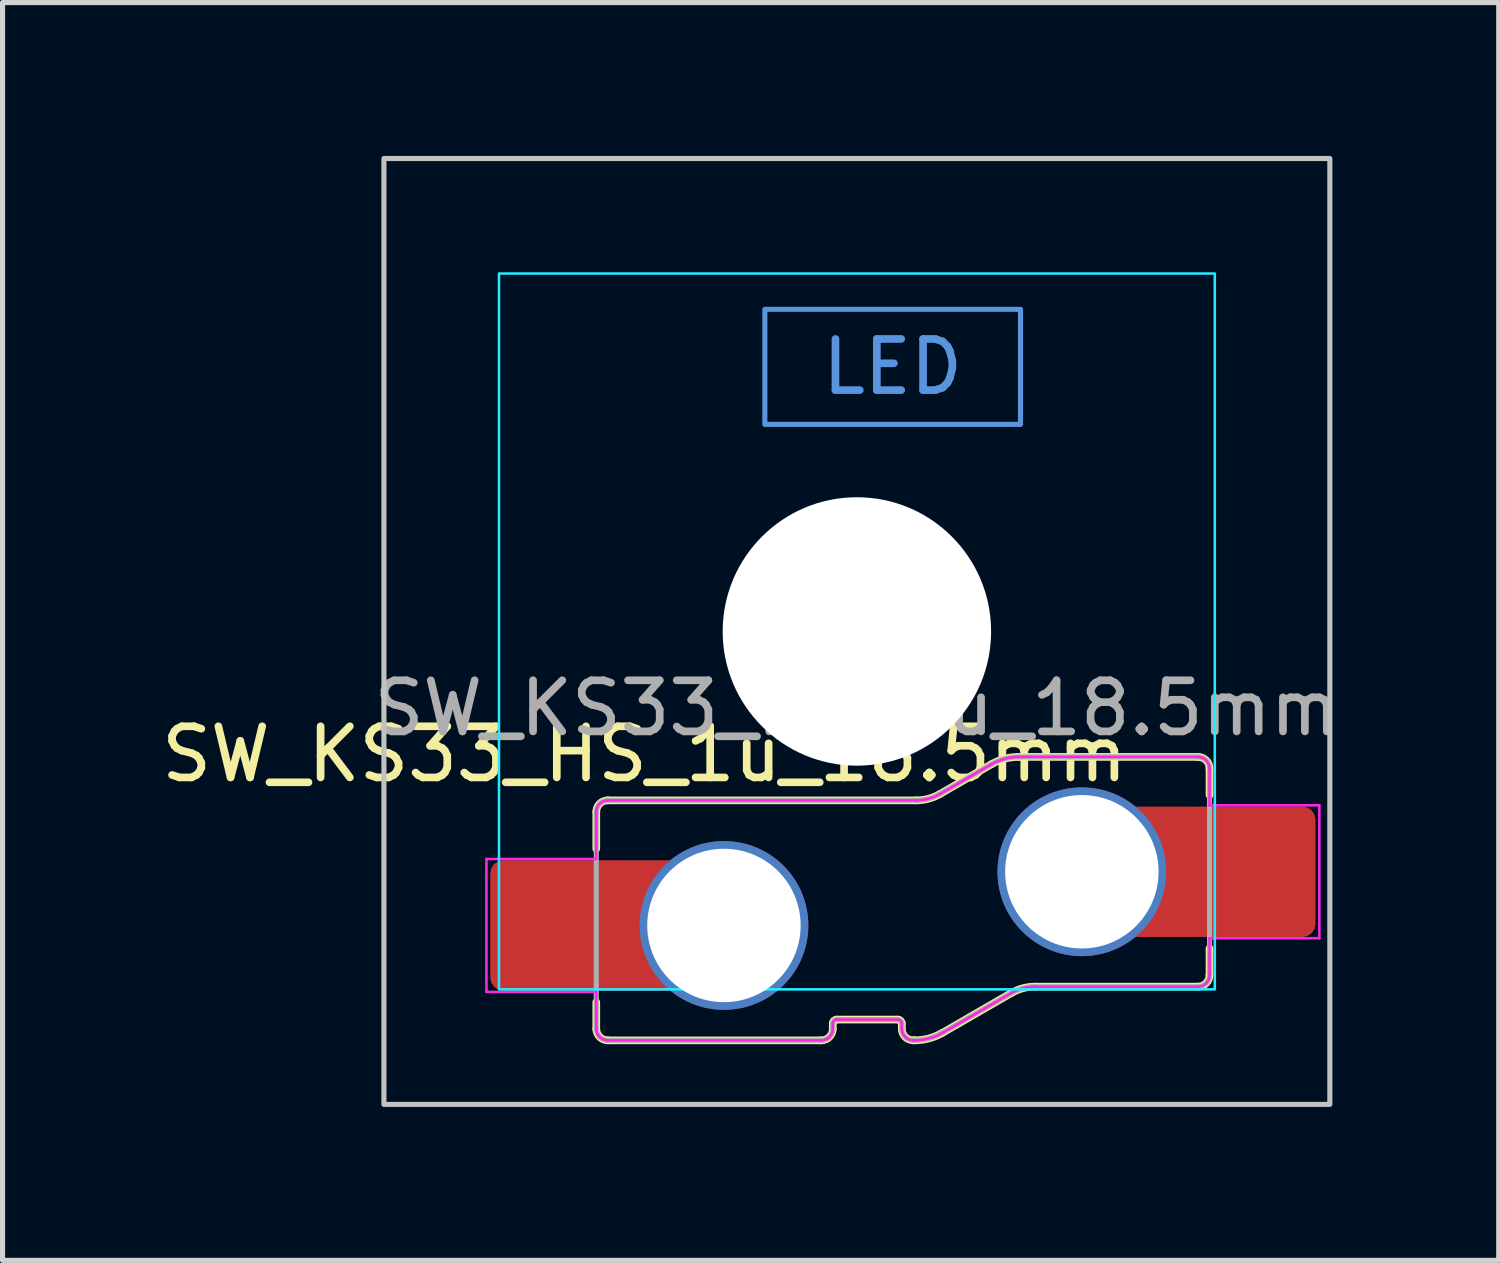
<source format=kicad_pcb>
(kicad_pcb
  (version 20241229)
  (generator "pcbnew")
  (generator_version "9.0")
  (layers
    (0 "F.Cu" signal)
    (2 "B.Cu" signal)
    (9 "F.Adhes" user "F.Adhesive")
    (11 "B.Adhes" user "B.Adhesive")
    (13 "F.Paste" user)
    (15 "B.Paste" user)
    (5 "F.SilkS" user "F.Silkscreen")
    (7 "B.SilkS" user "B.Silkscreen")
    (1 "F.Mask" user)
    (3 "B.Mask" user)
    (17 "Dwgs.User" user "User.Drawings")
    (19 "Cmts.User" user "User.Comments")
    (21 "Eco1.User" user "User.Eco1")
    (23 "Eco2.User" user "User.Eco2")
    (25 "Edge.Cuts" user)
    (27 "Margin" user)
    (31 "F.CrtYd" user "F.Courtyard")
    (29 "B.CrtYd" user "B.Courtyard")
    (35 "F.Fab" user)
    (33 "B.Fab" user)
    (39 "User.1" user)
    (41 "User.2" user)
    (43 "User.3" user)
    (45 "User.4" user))
  (footprint "SW_KS33_HS_1u_18.5mm"
    (layer "F.Cu")
    (at 13.709 9.3)
    (property "Reference" "SW_KS33_HS_1u_18.5mm" (at -4.155 2.4 180) (layer "F.SilkS") (effects (font (size 1 1) (thickness 0.15))))
    (attr smd)
    (fp_line (start -5.097 3.528) (end -5.097 4.25) (stroke (width 0.15) (type solid)) (layer "F.SilkS"))
    (fp_line (start -5.097 7.772) (end -5.097 7.25) (stroke (width 0.15) (type solid)) (layer "F.SilkS"))
    (fp_line (start -4.872 3.303) (end 1.161 3.303) (stroke (width 0.15) (type solid)) (layer "F.SilkS"))
    (fp_line (start -0.697 7.997) (end -4.872 7.997) (stroke (width 0.15) (type solid)) (layer "F.SilkS"))
    (fp_line (start -0.472 7.666) (end -0.472 7.772) (stroke (width 0.15) (type solid)) (layer "F.SilkS"))
    (fp_line (start 0.803 7.591) (end -0.397 7.591) (stroke (width 0.15) (type solid)) (layer "F.SilkS"))
    (fp_line (start 0.878 7.772) (end 0.878 7.666) (stroke (width 0.15) (type solid)) (layer "F.SilkS"))
    (fp_line (start 1.131 7.997) (end 1.103 7.997) (stroke (width 0.15) (type solid)) (layer "F.SilkS"))
    (fp_line (start 1.623 3.18) (end 2.631 2.597) (stroke (width 0.15) (type solid)) (layer "F.SilkS"))
    (fp_line (start 3.023 7.07) (end 1.669 7.853) (stroke (width 0.15) (type solid)) (layer "F.SilkS"))
    (fp_line (start 3.169 2.453) (end 6.672 2.453) (stroke (width 0.15) (type solid)) (layer "F.SilkS"))
    (fp_line (start 6.672 6.947) (end 3.486 6.947) (stroke (width 0.15) (type solid)) (layer "F.SilkS"))
    (fp_line (start 6.897 2.678) (end 6.897 3.2) (stroke (width 0.15) (type solid)) (layer "F.SilkS"))
    (fp_line (start 6.897 6.722) (end 6.897 6.2) (stroke (width 0.15) (type solid)) (layer "F.SilkS"))
    (fp_arc (start -5.096509 3.528462) (mid -5.030608 3.369392) (end -4.871538 3.303491) (stroke (width 0.15) (type solid)) (layer "F.SilkS"))
    (fp_arc (start -4.871547 7.996509) (mid -5.030611 7.930605) (end -5.096509 7.771538) (stroke (width 0.15) (type solid)) (layer "F.SilkS"))
    (fp_arc (start -0.471517 7.666366) (mid -0.44955 7.613333) (end -0.396517 7.591366) (stroke (width 0.15) (type solid)) (layer "F.SilkS"))
    (fp_arc (start -0.471517 7.772359) (mid -0.537421 7.931461) (end -0.696525 7.997359) (stroke (width 0.15) (type solid)) (layer "F.SilkS"))
    (fp_arc (start 0.803483 7.591366) (mid 0.856515 7.613334) (end 0.878483 7.666366) (stroke (width 0.15) (type solid)) (layer "F.SilkS"))
    (fp_arc (start 1.103483 7.996509) (mid 0.944382 7.930609) (end 0.878483 7.771509) (stroke (width 0.15) (type solid)) (layer "F.SilkS"))
    (fp_arc (start 1.623227 3.179574) (mid 1.400151 3.271972) (end 1.160763 3.303491) (stroke (width 0.15) (type solid)) (layer "F.SilkS"))
    (fp_arc (start 1.66858 7.852507) (mid 1.409348 7.959882) (end 1.131159 7.996509) (stroke (width 0.15) (type solid)) (layer "F.SilkS"))
    (fp_arc (start 2.63142 2.597493) (mid 2.890652 2.490118) (end 3.168841 2.453491) (stroke (width 0.15) (type solid)) (layer "F.SilkS"))
    (fp_arc (start 3.023183 7.070426) (mid 3.246257 6.978019) (end 3.485647 6.946509) (stroke (width 0.15) (type solid)) (layer "F.SilkS"))
    (fp_arc (start 6.671525 2.453491) (mid 6.830601 2.51939) (end 6.896509 2.678462) (stroke (width 0.15) (type solid)) (layer "F.SilkS"))
    (fp_arc (start 6.896509 6.721538) (mid 6.830605 6.880605) (end 6.671538 6.946509) (stroke (width 0.15) (type solid)) (layer "F.SilkS"))
    (fp_rect (start -9.25 -9.25) (end 9.25 9.25) (stroke (width 0.1) (type solid)) (fill no) (layer "Dwgs.User"))
    (fp_rect (start 3.2 -6.3) (end -1.8 -4.05) (stroke (width 0.1) (type default)) (fill no) (layer "Cmts.User"))
    (fp_line (start -7 6.5) (end -7 -6.5) (stroke (width 0.1) (type default)) (layer "Eco2.User"))
    (fp_line (start -6.5 -7) (end 6.5 -7) (stroke (width 0.1) (type default)) (layer "Eco2.User"))
    (fp_line (start 6.5 7) (end -6.5 7) (stroke (width 0.1) (type default)) (layer "Eco2.User"))
    (fp_line (start 7 -6.5) (end 7 6.5) (stroke (width 0.1) (type default)) (layer "Eco2.User"))
    (fp_arc (start -7 -6.5) (mid -6.853553 -6.853553) (end -6.5 -7) (stroke (width 0.1) (type default)) (layer "Eco2.User"))
    (fp_arc (start -6.5 7) (mid -6.853553 6.853553) (end -7 6.5) (stroke (width 0.1) (type default)) (layer "Eco2.User"))
    (fp_arc (start 6.5 -7) (mid 6.853553 -6.853553) (end 7 -6.5) (stroke (width 0.1) (type default)) (layer "Eco2.User"))
    (fp_arc (start 7 6.5) (mid 6.853553 6.853553) (end 6.5 7) (stroke (width 0.1) (type default)) (layer "Eco2.User"))
    (fp_rect (start -7 -7) (end 7 7) (stroke (width 0.05) (type default)) (fill no) (layer "B.CrtYd"))
    (fp_line (start -7.245 4.45) (end -5.097 4.45) (stroke (width 0.05) (type solid)) (layer "F.CrtYd"))
    (fp_line (start -7.245 7.05) (end -7.245 4.45) (stroke (width 0.05) (type solid)) (layer "F.CrtYd"))
    (fp_line (start -5.097 4.45) (end -5.097 3.528) (stroke (width 0.05) (type default)) (layer "F.CrtYd"))
    (fp_line (start -5.097 7.05) (end -7.245 7.05) (stroke (width 0.05) (type solid)) (layer "F.CrtYd"))
    (fp_line (start -5.097 7.772) (end -5.097 7.05) (stroke (width 0.05) (type solid)) (layer "F.CrtYd"))
    (fp_line (start -4.872 3.303) (end 1.161 3.303) (stroke (width 0.05) (type solid)) (layer "F.CrtYd"))
    (fp_line (start -0.697 7.997) (end -4.872 7.997) (stroke (width 0.05) (type solid)) (layer "F.CrtYd"))
    (fp_line (start -0.472 7.666) (end -0.472 7.772) (stroke (width 0.05) (type solid)) (layer "F.CrtYd"))
    (fp_line (start 0.803 7.591) (end -0.397 7.591) (stroke (width 0.05) (type solid)) (layer "F.CrtYd"))
    (fp_line (start 0.878 7.772) (end 0.878 7.666) (stroke (width 0.05) (type solid)) (layer "F.CrtYd"))
    (fp_line (start 1.131 7.997) (end 1.103 7.997) (stroke (width 0.05) (type solid)) (layer "F.CrtYd"))
    (fp_line (start 1.623 3.18) (end 2.631 2.597) (stroke (width 0.05) (type solid)) (layer "F.CrtYd"))
    (fp_line (start 3.023 7.07) (end 1.669 7.853) (stroke (width 0.05) (type solid)) (layer "F.CrtYd"))
    (fp_line (start 3.169 2.453) (end 6.672 2.453) (stroke (width 0.05) (type solid)) (layer "F.CrtYd"))
    (fp_line (start 6.672 6.947) (end 3.486 6.947) (stroke (width 0.05) (type solid)) (layer "F.CrtYd"))
    (fp_line (start 6.897 2.678) (end 6.897 3.4) (stroke (width 0.05) (type default)) (layer "F.CrtYd"))
    (fp_line (start 6.897 3.4) (end 9.045 3.4) (stroke (width 0.05) (type solid)) (layer "F.CrtYd"))
    (fp_line (start 6.897 6.722) (end 6.897 6) (stroke (width 0.05) (type default)) (layer "F.CrtYd"))
    (fp_line (start 9.045 3.4) (end 9.045 6) (stroke (width 0.05) (type solid)) (layer "F.CrtYd"))
    (fp_line (start 9.045 6) (end 6.897 6) (stroke (width 0.05) (type solid)) (layer "F.CrtYd"))
    (fp_arc (start -5.096509 3.528462) (mid -5.030608 3.369392) (end -4.871538 3.303491) (stroke (width 0.05) (type solid)) (layer "F.CrtYd"))
    (fp_arc (start -4.871547 7.996509) (mid -5.030611 7.930605) (end -5.096509 7.771538) (stroke (width 0.05) (type solid)) (layer "F.CrtYd"))
    (fp_arc (start -0.471517 7.666366) (mid -0.44955 7.613333) (end -0.396517 7.591366) (stroke (width 0.05) (type solid)) (layer "F.CrtYd"))
    (fp_arc (start -0.471517 7.772359) (mid -0.537421 7.931461) (end -0.696525 7.997359) (stroke (width 0.05) (type solid)) (layer "F.CrtYd"))
    (fp_arc (start 0.803483 7.591366) (mid 0.856515 7.613334) (end 0.878483 7.666366) (stroke (width 0.05) (type solid)) (layer "F.CrtYd"))
    (fp_arc (start 1.103483 7.996509) (mid 0.944382 7.930609) (end 0.878483 7.771509) (stroke (width 0.05) (type solid)) (layer "F.CrtYd"))
    (fp_arc (start 1.623227 3.179574) (mid 1.400151 3.271972) (end 1.160763 3.303491) (stroke (width 0.05) (type solid)) (layer "F.CrtYd"))
    (fp_arc (start 1.66858 7.852507) (mid 1.409348 7.959882) (end 1.131159 7.996509) (stroke (width 0.05) (type solid)) (layer "F.CrtYd"))
    (fp_arc (start 2.63142 2.597493) (mid 2.890652 2.490118) (end 3.168841 2.453491) (stroke (width 0.05) (type solid)) (layer "F.CrtYd"))
    (fp_arc (start 3.023183 7.070426) (mid 3.246257 6.978019) (end 3.485647 6.946509) (stroke (width 0.05) (type solid)) (layer "F.CrtYd"))
    (fp_arc (start 6.671525 2.453491) (mid 6.830601 2.51939) (end 6.896509 2.678462) (stroke (width 0.05) (type solid)) (layer "F.CrtYd"))
    (fp_arc (start 6.896509 6.721538) (mid 6.830605 6.880605) (end 6.671538 6.946509) (stroke (width 0.05) (type solid)) (layer "F.CrtYd"))
    (fp_line (start -5.097 7.772) (end -5.097 3.528) (stroke (width 0.1) (type solid)) (layer "F.Fab"))
    (fp_line (start -4.872 3.303) (end 1.161 3.303) (stroke (width 0.1) (type solid)) (layer "F.Fab"))
    (fp_line (start -0.697 7.997) (end -4.872 7.997) (stroke (width 0.1) (type solid)) (layer "F.Fab"))
    (fp_line (start -0.472 7.666) (end -0.472 7.772) (stroke (width 0.1) (type solid)) (layer "F.Fab"))
    (fp_line (start 0.803 7.591) (end -0.397 7.591) (stroke (width 0.1) (type solid)) (layer "F.Fab"))
    (fp_line (start 0.878 7.772) (end 0.878 7.666) (stroke (width 0.1) (type solid)) (layer "F.Fab"))
    (fp_line (start 1.131 7.997) (end 1.103 7.997) (stroke (width 0.1) (type solid)) (layer "F.Fab"))
    (fp_line (start 1.623 3.18) (end 2.631 2.597) (stroke (width 0.1) (type solid)) (layer "F.Fab"))
    (fp_line (start 3.023 7.07) (end 1.669 7.853) (stroke (width 0.1) (type solid)) (layer "F.Fab"))
    (fp_line (start 3.169 2.453) (end 6.672 2.453) (stroke (width 0.1) (type solid)) (layer "F.Fab"))
    (fp_line (start 6.672 6.947) (end 3.486 6.947) (stroke (width 0.1) (type solid)) (layer "F.Fab"))
    (fp_line (start 6.897 2.678) (end 6.897 6.722) (stroke (width 0.1) (type solid)) (layer "F.Fab"))
    (fp_arc (start -5.096509 3.528462) (mid -5.030608 3.369392) (end -4.871538 3.303491) (stroke (width 0.1) (type solid)) (layer "F.Fab"))
    (fp_arc (start -4.871547 7.996509) (mid -5.030611 7.930605) (end -5.096509 7.771538) (stroke (width 0.1) (type solid)) (layer "F.Fab"))
    (fp_arc (start -0.471517 7.666366) (mid -0.44955 7.613333) (end -0.396517 7.591366) (stroke (width 0.1) (type solid)) (layer "F.Fab"))
    (fp_arc (start -0.471517 7.772359) (mid -0.537421 7.931461) (end -0.696525 7.997359) (stroke (width 0.1) (type solid)) (layer "F.Fab"))
    (fp_arc (start 0.803483 7.591366) (mid 0.856515 7.613334) (end 0.878483 7.666366) (stroke (width 0.1) (type solid)) (layer "F.Fab"))
    (fp_arc (start 1.103483 7.996509) (mid 0.944382 7.930609) (end 0.878483 7.771509) (stroke (width 0.1) (type solid)) (layer "F.Fab"))
    (fp_arc (start 1.623227 3.179574) (mid 1.400151 3.271972) (end 1.160763 3.303491) (stroke (width 0.1) (type solid)) (layer "F.Fab"))
    (fp_arc (start 1.66858 7.852507) (mid 1.409348 7.959882) (end 1.131159 7.996509) (stroke (width 0.1) (type solid)) (layer "F.Fab"))
    (fp_arc (start 2.63142 2.597493) (mid 2.890652 2.490118) (end 3.168841 2.453491) (stroke (width 0.1) (type solid)) (layer "F.Fab"))
    (fp_arc (start 3.023183 7.070426) (mid 3.246257 6.978019) (end 3.485647 6.946509) (stroke (width 0.1) (type solid)) (layer "F.Fab"))
    (fp_arc (start 6.671525 2.453491) (mid 6.830601 2.51939) (end 6.896509 2.678462) (stroke (width 0.1) (type solid)) (layer "F.Fab"))
    (fp_arc (start 6.896509 6.721538) (mid 6.830605 6.880605) (end 6.671538 6.946509) (stroke (width 0.1) (type solid)) (layer "F.Fab"))
    (fp_text user "LED" (at 0.7 -5.175 0) (unlocked yes) (layer "Cmts.User") (effects (font (size 1 1) (thickness 0.15))))
    (fp_text user "${REFERENCE}" (at 0 1.5 0) (layer "F.Fab") (effects (font (size 1 1) (thickness 0.15))))
    (pad "" np_thru_hole circle (at 0 0 180) (size 5.25 5.25) (drill 5.25) (layers "*.Cu" "*.Mask"))
    (pad "1" thru_hole circle (at 4.4 4.7) (size 3.3 3.3) (drill 3) (layers "*.Cu" "F.Mask"))
    (pad "1" smd rect (at 5.95 4.7) (size 1.2 2.55) (layers "F.Cu"))
    (pad "1" smd roundrect (at 7.645 4.7) (size 2.65 2.55) (layers "F.Cu" "F.Mask" "F.Paste") (roundrect_rratio 0.1))
    (pad "2" smd roundrect (at -5.845 5.75) (size 2.65 2.55) (layers "F.Cu" "F.Mask" "F.Paste") (roundrect_rratio 0.1))
    (pad "2" smd rect (at -4.15 5.75 180) (size 1.2 2.55) (layers "F.Cu"))
    (pad "2" thru_hole circle (at -2.6 5.75) (size 3.3 3.3) (drill 3) (layers "*.Cu" "F.Mask")))
  (gr_rect
    (start -3 -3)
    (end 26.262 21.6)
    (stroke (width 0.1) (type default))
    (fill no)
    (layer "Edge.Cuts")))
</source>
